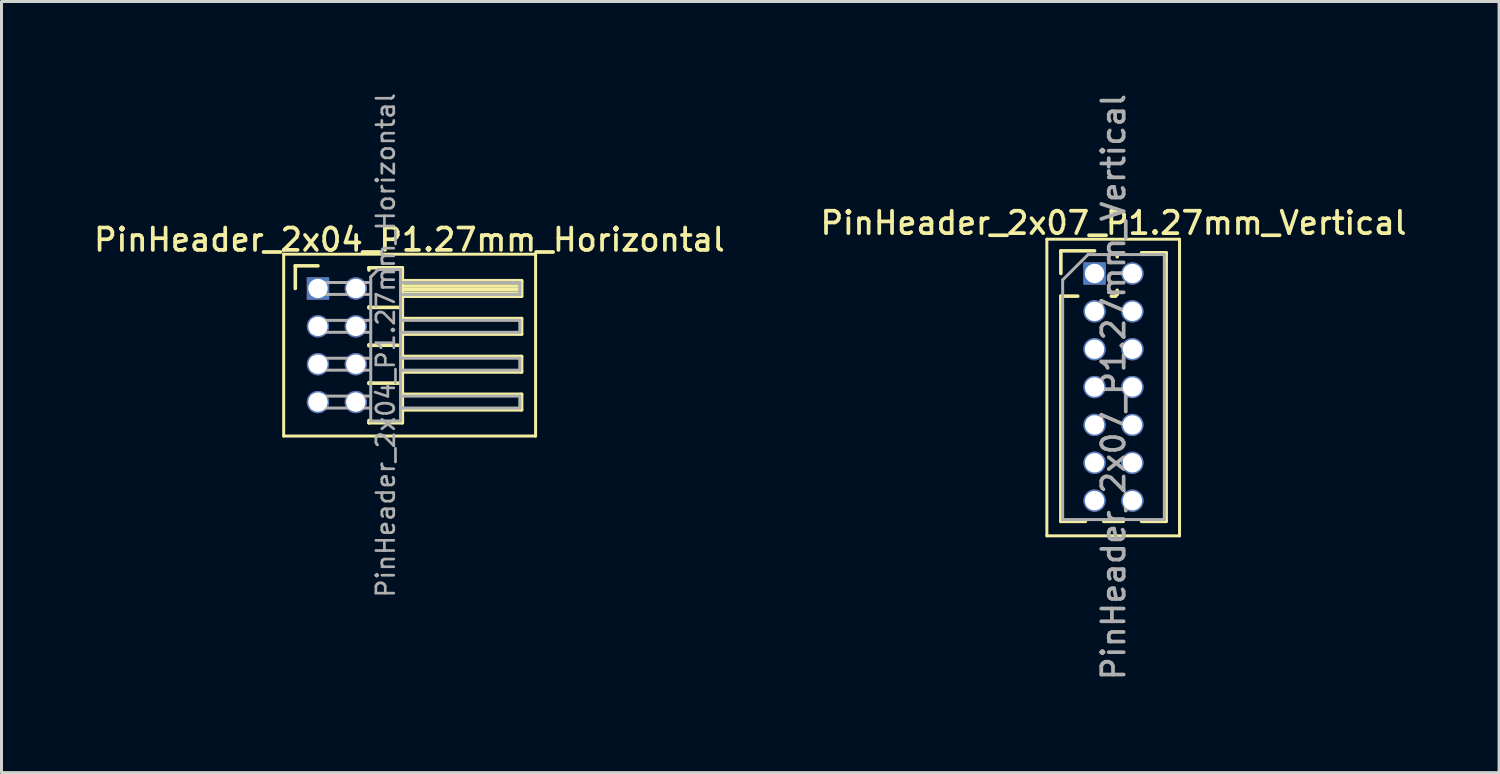
<source format=kicad_pcb>
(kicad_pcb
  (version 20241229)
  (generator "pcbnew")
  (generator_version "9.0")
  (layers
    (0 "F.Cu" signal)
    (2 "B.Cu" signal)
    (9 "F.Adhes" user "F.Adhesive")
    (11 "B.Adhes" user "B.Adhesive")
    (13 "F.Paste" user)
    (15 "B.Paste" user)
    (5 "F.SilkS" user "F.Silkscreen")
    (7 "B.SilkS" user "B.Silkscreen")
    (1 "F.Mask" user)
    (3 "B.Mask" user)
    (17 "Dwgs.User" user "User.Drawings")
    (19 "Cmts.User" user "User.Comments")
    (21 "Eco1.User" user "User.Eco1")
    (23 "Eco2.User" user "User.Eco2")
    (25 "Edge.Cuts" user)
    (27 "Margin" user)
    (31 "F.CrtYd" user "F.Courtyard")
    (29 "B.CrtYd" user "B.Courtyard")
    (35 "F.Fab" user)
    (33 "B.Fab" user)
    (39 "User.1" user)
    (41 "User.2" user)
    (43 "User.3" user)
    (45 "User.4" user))
  (footprint "PinHeader_2x07_P1.27mm_Vertical"
    (layer "F.Cu")
    (at 33.667 6.124)
    (property "Reference" "PinHeader_2x07_P1.27mm_Vertical" (at 0.635 -1.695 0) (layer "F.SilkS") (effects (font (size 0.75 0.75) (thickness 0.125))))
    (attr through_hole)
    (fp_line (start -1.6 -1.15) (end -1.6 8.8) (stroke (width 0.1) (type solid)) (layer "F.SilkS"))
    (fp_line (start -1.6 8.8) (end 2.85 8.8) (stroke (width 0.1) (type solid)) (layer "F.SilkS"))
    (fp_line (start -1.13 -0.76) (end 0 -0.76) (stroke (width 0.12) (type solid)) (layer "F.SilkS"))
    (fp_line (start -1.13 0) (end -1.13 -0.76) (stroke (width 0.12) (type solid)) (layer "F.SilkS"))
    (fp_line (start -1.13 0.76) (end -1.13 8.315) (stroke (width 0.12) (type solid)) (layer "F.SilkS"))
    (fp_line (start -1.13 0.76) (end -0.563 0.76) (stroke (width 0.12) (type solid)) (layer "F.SilkS"))
    (fp_line (start -1.13 8.315) (end -0.308 8.315) (stroke (width 0.12) (type solid)) (layer "F.SilkS"))
    (fp_line (start 0.308 8.315) (end 0.962 8.315) (stroke (width 0.12) (type solid)) (layer "F.SilkS"))
    (fp_line (start 0.563 0.76) (end 0.707 0.76) (stroke (width 0.12) (type solid)) (layer "F.SilkS"))
    (fp_line (start 0.76 -0.695) (end 0.962 -0.695) (stroke (width 0.12) (type solid)) (layer "F.SilkS"))
    (fp_line (start 0.76 -0.563) (end 0.76 -0.695) (stroke (width 0.12) (type solid)) (layer "F.SilkS"))
    (fp_line (start 0.76 0.707) (end 0.76 0.563) (stroke (width 0.12) (type solid)) (layer "F.SilkS"))
    (fp_line (start 1.578 -0.695) (end 2.4 -0.695) (stroke (width 0.12) (type solid)) (layer "F.SilkS"))
    (fp_line (start 1.578 8.315) (end 2.4 8.315) (stroke (width 0.12) (type solid)) (layer "F.SilkS"))
    (fp_line (start 2.4 -0.695) (end 2.4 8.315) (stroke (width 0.12) (type solid)) (layer "F.SilkS"))
    (fp_line (start 2.85 -1.15) (end -1.6 -1.15) (stroke (width 0.1) (type solid)) (layer "F.SilkS"))
    (fp_line (start 2.85 8.8) (end 2.85 -1.15) (stroke (width 0.1) (type solid)) (layer "F.SilkS"))
    (fp_line (start -1.07 0.217) (end -0.217 -0.635) (stroke (width 0.1) (type solid)) (layer "F.Fab"))
    (fp_line (start -1.07 8.255) (end -1.07 0.217) (stroke (width 0.1) (type solid)) (layer "F.Fab"))
    (fp_line (start -0.217 -0.635) (end 2.34 -0.635) (stroke (width 0.1) (type solid)) (layer "F.Fab"))
    (fp_line (start 2.34 -0.635) (end 2.34 8.255) (stroke (width 0.1) (type solid)) (layer "F.Fab"))
    (fp_line (start 2.34 8.255) (end -1.07 8.255) (stroke (width 0.1) (type solid)) (layer "F.Fab"))
    (fp_text user "${REFERENCE}" (at 0.635 3.81 90) (layer "F.Fab") (effects (font (size 0.75 0.75) (thickness 0.125))))
    (pad "1" thru_hole rect (at 0 0) (size 0.75 0.75) (drill 0.65) (layers "*.Cu" "*.Mask"))
    (pad "2" thru_hole oval (at 1.27 0) (size 0.75 0.75) (drill 0.65) (layers "*.Cu" "*.Mask"))
    (pad "3" thru_hole oval (at 0 1.27) (size 0.75 0.75) (drill 0.65) (layers "*.Cu" "*.Mask"))
    (pad "4" thru_hole oval (at 1.27 1.27) (size 0.75 0.75) (drill 0.65) (layers "*.Cu" "*.Mask"))
    (pad "5" thru_hole oval (at 0 2.54) (size 0.75 0.75) (drill 0.65) (layers "*.Cu" "*.Mask"))
    (pad "6" thru_hole oval (at 1.27 2.54) (size 0.75 0.75) (drill 0.65) (layers "*.Cu" "*.Mask"))
    (pad "7" thru_hole oval (at 0 3.81) (size 0.75 0.75) (drill 0.65) (layers "*.Cu" "*.Mask"))
    (pad "8" thru_hole oval (at 1.27 3.81) (size 0.75 0.75) (drill 0.65) (layers "*.Cu" "*.Mask"))
    (pad "9" thru_hole oval (at 0 5.08) (size 0.75 0.75) (drill 0.65) (layers "*.Cu" "*.Mask"))
    (pad "10" thru_hole oval (at 1.27 5.08) (size 0.75 0.75) (drill 0.65) (layers "*.Cu" "*.Mask"))
    (pad "11" thru_hole oval (at 0 6.35) (size 0.75 0.75) (drill 0.65) (layers "*.Cu" "*.Mask"))
    (pad "12" thru_hole oval (at 1.27 6.35) (size 0.75 0.75) (drill 0.65) (layers "*.Cu" "*.Mask"))
    (pad "13" thru_hole oval (at 0 7.62) (size 0.75 0.75) (drill 0.65) (layers "*.Cu" "*.Mask"))
    (pad "14" thru_hole oval (at 1.27 7.62) (size 0.75 0.75) (drill 0.65) (layers "*.Cu" "*.Mask")))
  (footprint "PinHeader_2x04_P1.27mm_Horizontal"
    (layer "F.Cu")
    (at 7.616 6.627)
    (property "Reference" "PinHeader_2x04_P1.27mm_Horizontal" (at 3.067 -1.635 0) (layer "F.SilkS") (effects (font (size 0.75 0.75) (thickness 0.125))))
    (attr through_hole)
    (fp_line (start -1.15 -1.15) (end -1.15 4.95) (stroke (width 0.1) (type solid)) (layer "F.SilkS"))
    (fp_line (start -1.15 4.95) (end 7.3 4.95) (stroke (width 0.1) (type solid)) (layer "F.SilkS"))
    (fp_line (start -0.76 -0.76) (end 0 -0.76) (stroke (width 0.12) (type solid)) (layer "F.SilkS"))
    (fp_line (start -0.76 0) (end -0.76 -0.76) (stroke (width 0.12) (type solid)) (layer "F.SilkS"))
    (fp_line (start 1.71 -0.695) (end 2.83 -0.695) (stroke (width 0.12) (type solid)) (layer "F.SilkS"))
    (fp_line (start 1.71 -0.62) (end 1.71 -0.695) (stroke (width 0.12) (type solid)) (layer "F.SilkS"))
    (fp_line (start 1.71 0.62) (end 1.71 0.65) (stroke (width 0.12) (type solid)) (layer "F.SilkS"))
    (fp_line (start 1.71 0.635) (end 2.83 0.635) (stroke (width 0.12) (type solid)) (layer "F.SilkS"))
    (fp_line (start 1.71 1.89) (end 1.71 1.92) (stroke (width 0.12) (type solid)) (layer "F.SilkS"))
    (fp_line (start 1.71 1.905) (end 2.83 1.905) (stroke (width 0.12) (type solid)) (layer "F.SilkS"))
    (fp_line (start 1.71 3.16) (end 1.71 3.19) (stroke (width 0.12) (type solid)) (layer "F.SilkS"))
    (fp_line (start 1.71 3.175) (end 2.83 3.175) (stroke (width 0.12) (type solid)) (layer "F.SilkS"))
    (fp_line (start 1.71 4.505) (end 1.71 4.43) (stroke (width 0.12) (type solid)) (layer "F.SilkS"))
    (fp_line (start 2.83 -0.695) (end 2.83 4.505) (stroke (width 0.12) (type solid)) (layer "F.SilkS"))
    (fp_line (start 2.83 -0.26) (end 6.83 -0.26) (stroke (width 0.12) (type solid)) (layer "F.SilkS"))
    (fp_line (start 2.83 -0.2) (end 6.83 -0.2) (stroke (width 0.12) (type solid)) (layer "F.SilkS"))
    (fp_line (start 2.83 -0.08) (end 6.83 -0.08) (stroke (width 0.12) (type solid)) (layer "F.SilkS"))
    (fp_line (start 2.83 0.04) (end 6.83 0.04) (stroke (width 0.12) (type solid)) (layer "F.SilkS"))
    (fp_line (start 2.83 0.16) (end 6.83 0.16) (stroke (width 0.12) (type solid)) (layer "F.SilkS"))
    (fp_line (start 2.83 1.01) (end 6.83 1.01) (stroke (width 0.12) (type solid)) (layer "F.SilkS"))
    (fp_line (start 2.83 2.28) (end 6.83 2.28) (stroke (width 0.12) (type solid)) (layer "F.SilkS"))
    (fp_line (start 2.83 3.55) (end 6.83 3.55) (stroke (width 0.12) (type solid)) (layer "F.SilkS"))
    (fp_line (start 2.83 4.505) (end 1.71 4.505) (stroke (width 0.12) (type solid)) (layer "F.SilkS"))
    (fp_line (start 6.83 -0.26) (end 6.83 0.26) (stroke (width 0.12) (type solid)) (layer "F.SilkS"))
    (fp_line (start 6.83 0.26) (end 2.83 0.26) (stroke (width 0.12) (type solid)) (layer "F.SilkS"))
    (fp_line (start 6.83 1.01) (end 6.83 1.53) (stroke (width 0.12) (type solid)) (layer "F.SilkS"))
    (fp_line (start 6.83 1.53) (end 2.83 1.53) (stroke (width 0.12) (type solid)) (layer "F.SilkS"))
    (fp_line (start 6.83 2.28) (end 6.83 2.8) (stroke (width 0.12) (type solid)) (layer "F.SilkS"))
    (fp_line (start 6.83 2.8) (end 2.83 2.8) (stroke (width 0.12) (type solid)) (layer "F.SilkS"))
    (fp_line (start 6.83 3.55) (end 6.83 4.07) (stroke (width 0.12) (type solid)) (layer "F.SilkS"))
    (fp_line (start 6.83 4.07) (end 2.83 4.07) (stroke (width 0.12) (type solid)) (layer "F.SilkS"))
    (fp_line (start 7.3 -1.15) (end -1.15 -1.15) (stroke (width 0.1) (type solid)) (layer "F.SilkS"))
    (fp_line (start 7.3 4.95) (end 7.3 -1.15) (stroke (width 0.1) (type solid)) (layer "F.SilkS"))
    (fp_line (start -0.2 -0.2) (end -0.2 0.2) (stroke (width 0.1) (type solid)) (layer "F.Fab"))
    (fp_line (start -0.2 -0.2) (end 1.77 -0.2) (stroke (width 0.1) (type solid)) (layer "F.Fab"))
    (fp_line (start -0.2 0.2) (end 1.77 0.2) (stroke (width 0.1) (type solid)) (layer "F.Fab"))
    (fp_line (start -0.2 1.07) (end -0.2 1.47) (stroke (width 0.1) (type solid)) (layer "F.Fab"))
    (fp_line (start -0.2 1.07) (end 1.77 1.07) (stroke (width 0.1) (type solid)) (layer "F.Fab"))
    (fp_line (start -0.2 1.47) (end 1.77 1.47) (stroke (width 0.1) (type solid)) (layer "F.Fab"))
    (fp_line (start -0.2 2.34) (end -0.2 2.74) (stroke (width 0.1) (type solid)) (layer "F.Fab"))
    (fp_line (start -0.2 2.34) (end 1.77 2.34) (stroke (width 0.1) (type solid)) (layer "F.Fab"))
    (fp_line (start -0.2 2.74) (end 1.77 2.74) (stroke (width 0.1) (type solid)) (layer "F.Fab"))
    (fp_line (start -0.2 3.61) (end -0.2 4.01) (stroke (width 0.1) (type solid)) (layer "F.Fab"))
    (fp_line (start -0.2 3.61) (end 1.77 3.61) (stroke (width 0.1) (type solid)) (layer "F.Fab"))
    (fp_line (start -0.2 4.01) (end 1.77 4.01) (stroke (width 0.1) (type solid)) (layer "F.Fab"))
    (fp_line (start 1.77 -0.385) (end 2.02 -0.635) (stroke (width 0.1) (type solid)) (layer "F.Fab"))
    (fp_line (start 1.77 4.445) (end 1.77 -0.385) (stroke (width 0.1) (type solid)) (layer "F.Fab"))
    (fp_line (start 2.02 -0.635) (end 2.77 -0.635) (stroke (width 0.1) (type solid)) (layer "F.Fab"))
    (fp_line (start 2.77 -0.635) (end 2.77 4.445) (stroke (width 0.1) (type solid)) (layer "F.Fab"))
    (fp_line (start 2.77 -0.2) (end 6.77 -0.2) (stroke (width 0.1) (type solid)) (layer "F.Fab"))
    (fp_line (start 2.77 0.2) (end 6.77 0.2) (stroke (width 0.1) (type solid)) (layer "F.Fab"))
    (fp_line (start 2.77 1.07) (end 6.77 1.07) (stroke (width 0.1) (type solid)) (layer "F.Fab"))
    (fp_line (start 2.77 1.47) (end 6.77 1.47) (stroke (width 0.1) (type solid)) (layer "F.Fab"))
    (fp_line (start 2.77 2.34) (end 6.77 2.34) (stroke (width 0.1) (type solid)) (layer "F.Fab"))
    (fp_line (start 2.77 2.74) (end 6.77 2.74) (stroke (width 0.1) (type solid)) (layer "F.Fab"))
    (fp_line (start 2.77 3.61) (end 6.77 3.61) (stroke (width 0.1) (type solid)) (layer "F.Fab"))
    (fp_line (start 2.77 4.01) (end 6.77 4.01) (stroke (width 0.1) (type solid)) (layer "F.Fab"))
    (fp_line (start 2.77 4.445) (end 1.77 4.445) (stroke (width 0.1) (type solid)) (layer "F.Fab"))
    (fp_line (start 6.77 -0.2) (end 6.77 0.2) (stroke (width 0.1) (type solid)) (layer "F.Fab"))
    (fp_line (start 6.77 1.07) (end 6.77 1.47) (stroke (width 0.1) (type solid)) (layer "F.Fab"))
    (fp_line (start 6.77 2.34) (end 6.77 2.74) (stroke (width 0.1) (type solid)) (layer "F.Fab"))
    (fp_line (start 6.77 3.61) (end 6.77 4.01) (stroke (width 0.1) (type solid)) (layer "F.Fab"))
    (fp_text user "${REFERENCE}" (at 2.27 1.905 90) (layer "F.Fab") (effects (font (size 0.6 0.6) (thickness 0.09))))
    (pad "1" thru_hole rect (at 0 0) (size 0.75 0.75) (drill 0.65) (layers "*.Cu" "*.Mask"))
    (pad "2" thru_hole oval (at 1.27 0) (size 0.75 0.75) (drill 0.65) (layers "*.Cu" "*.Mask"))
    (pad "3" thru_hole oval (at 0 1.27) (size 0.75 0.75) (drill 0.65) (layers "*.Cu" "*.Mask"))
    (pad "4" thru_hole oval (at 1.27 1.27) (size 0.75 0.75) (drill 0.65) (layers "*.Cu" "*.Mask"))
    (pad "5" thru_hole oval (at 0 2.54) (size 0.75 0.75) (drill 0.65) (layers "*.Cu" "*.Mask"))
    (pad "6" thru_hole oval (at 1.27 2.54) (size 0.75 0.75) (drill 0.65) (layers "*.Cu" "*.Mask"))
    (pad "7" thru_hole oval (at 0 3.81) (size 0.75 0.75) (drill 0.65) (layers "*.Cu" "*.Mask"))
    (pad "8" thru_hole oval (at 1.27 3.81) (size 0.75 0.75) (drill 0.65) (layers "*.Cu" "*.Mask")))
  (gr_rect
    (start -3 -3)
    (end 47.236 22.868)
    (stroke (width 0.1) (type default))
    (fill no)
    (layer "Edge.Cuts")))
</source>
